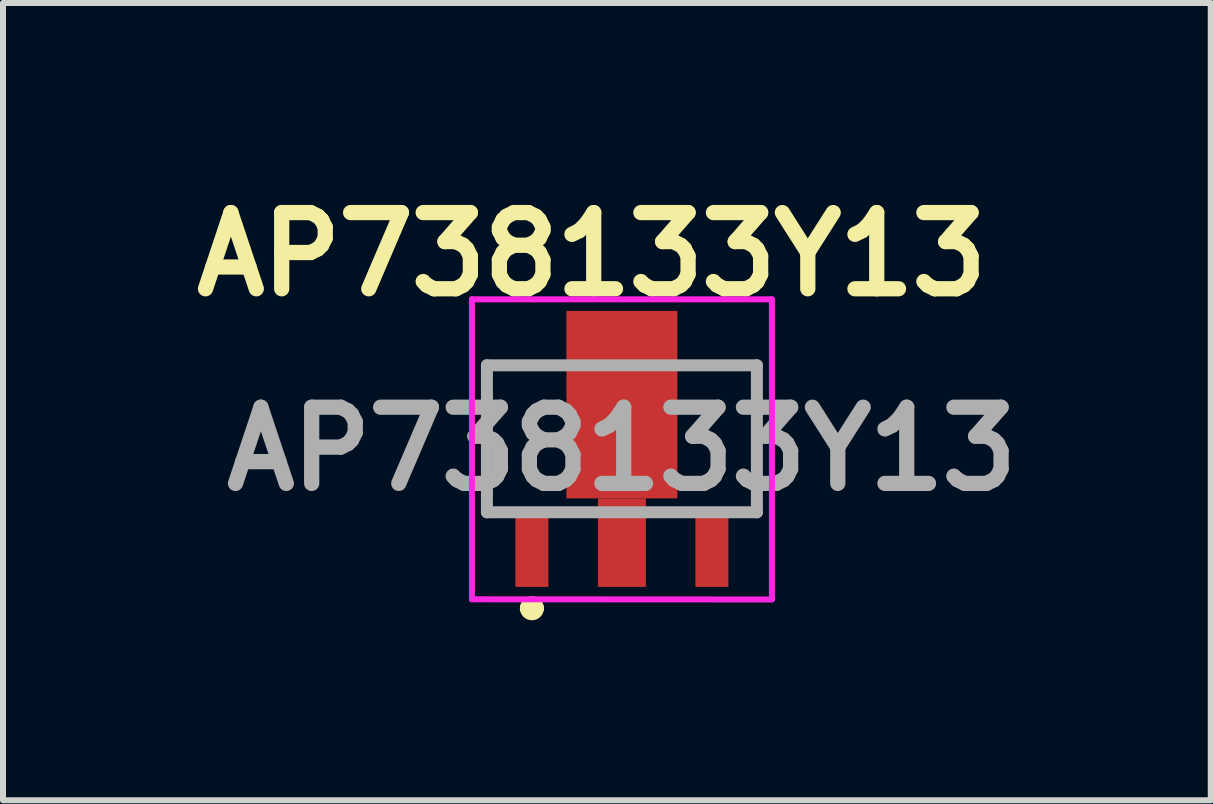
<source format=kicad_pcb>
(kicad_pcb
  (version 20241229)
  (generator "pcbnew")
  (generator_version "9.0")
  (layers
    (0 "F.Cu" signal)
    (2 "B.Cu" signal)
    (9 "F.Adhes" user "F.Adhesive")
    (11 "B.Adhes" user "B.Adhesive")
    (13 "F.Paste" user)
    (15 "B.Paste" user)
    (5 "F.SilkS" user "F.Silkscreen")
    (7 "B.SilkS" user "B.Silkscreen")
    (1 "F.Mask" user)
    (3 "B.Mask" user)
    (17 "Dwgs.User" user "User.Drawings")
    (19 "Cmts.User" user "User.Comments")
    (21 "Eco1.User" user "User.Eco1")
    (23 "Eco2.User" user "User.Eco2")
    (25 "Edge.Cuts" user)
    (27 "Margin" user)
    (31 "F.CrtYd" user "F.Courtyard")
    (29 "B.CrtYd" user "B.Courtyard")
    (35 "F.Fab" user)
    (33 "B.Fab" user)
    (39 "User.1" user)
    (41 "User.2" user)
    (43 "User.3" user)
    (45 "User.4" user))
  (footprint "AP738133Y13"
    (layer "F.Cu")
    (at 7.316 5.689)
    (property "Reference" "AP738133Y13" (at -0.5 -4.5 0) (layer "F.SilkS") (effects (font (size 1.27 1.27) (thickness 0.254))))
    (attr smd)
    (fp_line (start -2.25 -2.65) (end -2.25 -0.2) (stroke (width 0.1) (type solid)) (layer "F.SilkS"))
    (fp_line (start -2.25 -0.2) (end -2 -0.2) (stroke (width 0.1) (type solid)) (layer "F.SilkS"))
    (fp_line (start -1.6 1.4) (end -1.6 1.4) (stroke (width 0.2) (type solid)) (layer "F.SilkS"))
    (fp_line (start -1.4 1.4) (end -1.4 1.4) (stroke (width 0.2) (type solid)) (layer "F.SilkS"))
    (fp_line (start -1.2 -2.65) (end -2.25 -2.65) (stroke (width 0.1) (type solid)) (layer "F.SilkS"))
    (fp_line (start 1.2 -2.65) (end 2.25 -2.65) (stroke (width 0.1) (type solid)) (layer "F.SilkS"))
    (fp_line (start 2.25 -2.65) (end 2.25 -0.2) (stroke (width 0.1) (type solid)) (layer "F.SilkS"))
    (fp_line (start 2.25 -0.2) (end 2 -0.2) (stroke (width 0.1) (type solid)) (layer "F.SilkS"))
    (fp_arc (start -1.6 1.4) (mid -1.5 1.3) (end -1.4 1.4) (stroke (width 0.2) (type solid)) (layer "F.SilkS"))
    (fp_arc (start -1.4 1.4) (mid -1.5 1.5) (end -1.6 1.4) (stroke (width 0.2) (type solid)) (layer "F.SilkS"))
    (fp_line (start -2.5 -3.75) (end 2.5 -3.75) (stroke (width 0.1) (type solid)) (layer "F.CrtYd"))
    (fp_line (start -2.5 1.25) (end -2.5 -3.75) (stroke (width 0.1) (type solid)) (layer "F.CrtYd"))
    (fp_line (start 2.5 -3.75) (end 2.5 1.25) (stroke (width 0.1) (type solid)) (layer "F.CrtYd"))
    (fp_line (start 2.5 1.253) (end -2.5 1.25) (stroke (width 0.1) (type solid)) (layer "F.CrtYd"))
    (fp_line (start -2.25 -2.65) (end 2.25 -2.65) (stroke (width 0.2) (type solid)) (layer "F.Fab"))
    (fp_line (start -2.25 -0.2) (end -2.25 -2.65) (stroke (width 0.2) (type solid)) (layer "F.Fab"))
    (fp_line (start 2.25 -2.65) (end 2.25 -0.2) (stroke (width 0.2) (type solid)) (layer "F.Fab"))
    (fp_line (start 2.25 -0.2) (end -2.25 -0.2) (stroke (width 0.2) (type solid)) (layer "F.Fab"))
    (fp_text user "${REFERENCE}" (at 0 -1.256 0) (layer "F.Fab") (effects (font (size 1.27 1.27) (thickness 0.254))))
    (pad "1" smd rect (at -1.5 0.394) (size 0.55 1.3) (layers "F.Cu" "F.Mask" "F.Paste"))
    (pad "2" smd rect (at 0 -1.994) (size 1.85 3.125) (layers "F.Cu" "F.Mask" "F.Paste"))
    (pad "2" smd rect (at 0 0.306) (size 0.8 1.475) (layers "F.Cu" "F.Mask" "F.Paste"))
    (pad "3" smd rect (at 1.5 0.394) (size 0.55 1.3) (layers "F.Cu" "F.Mask" "F.Paste")))
  (gr_rect
    (start -3 -3)
    (end 17.131 10.289)
    (stroke (width 0.1) (type default))
    (fill no)
    (layer "Edge.Cuts")))
</source>
